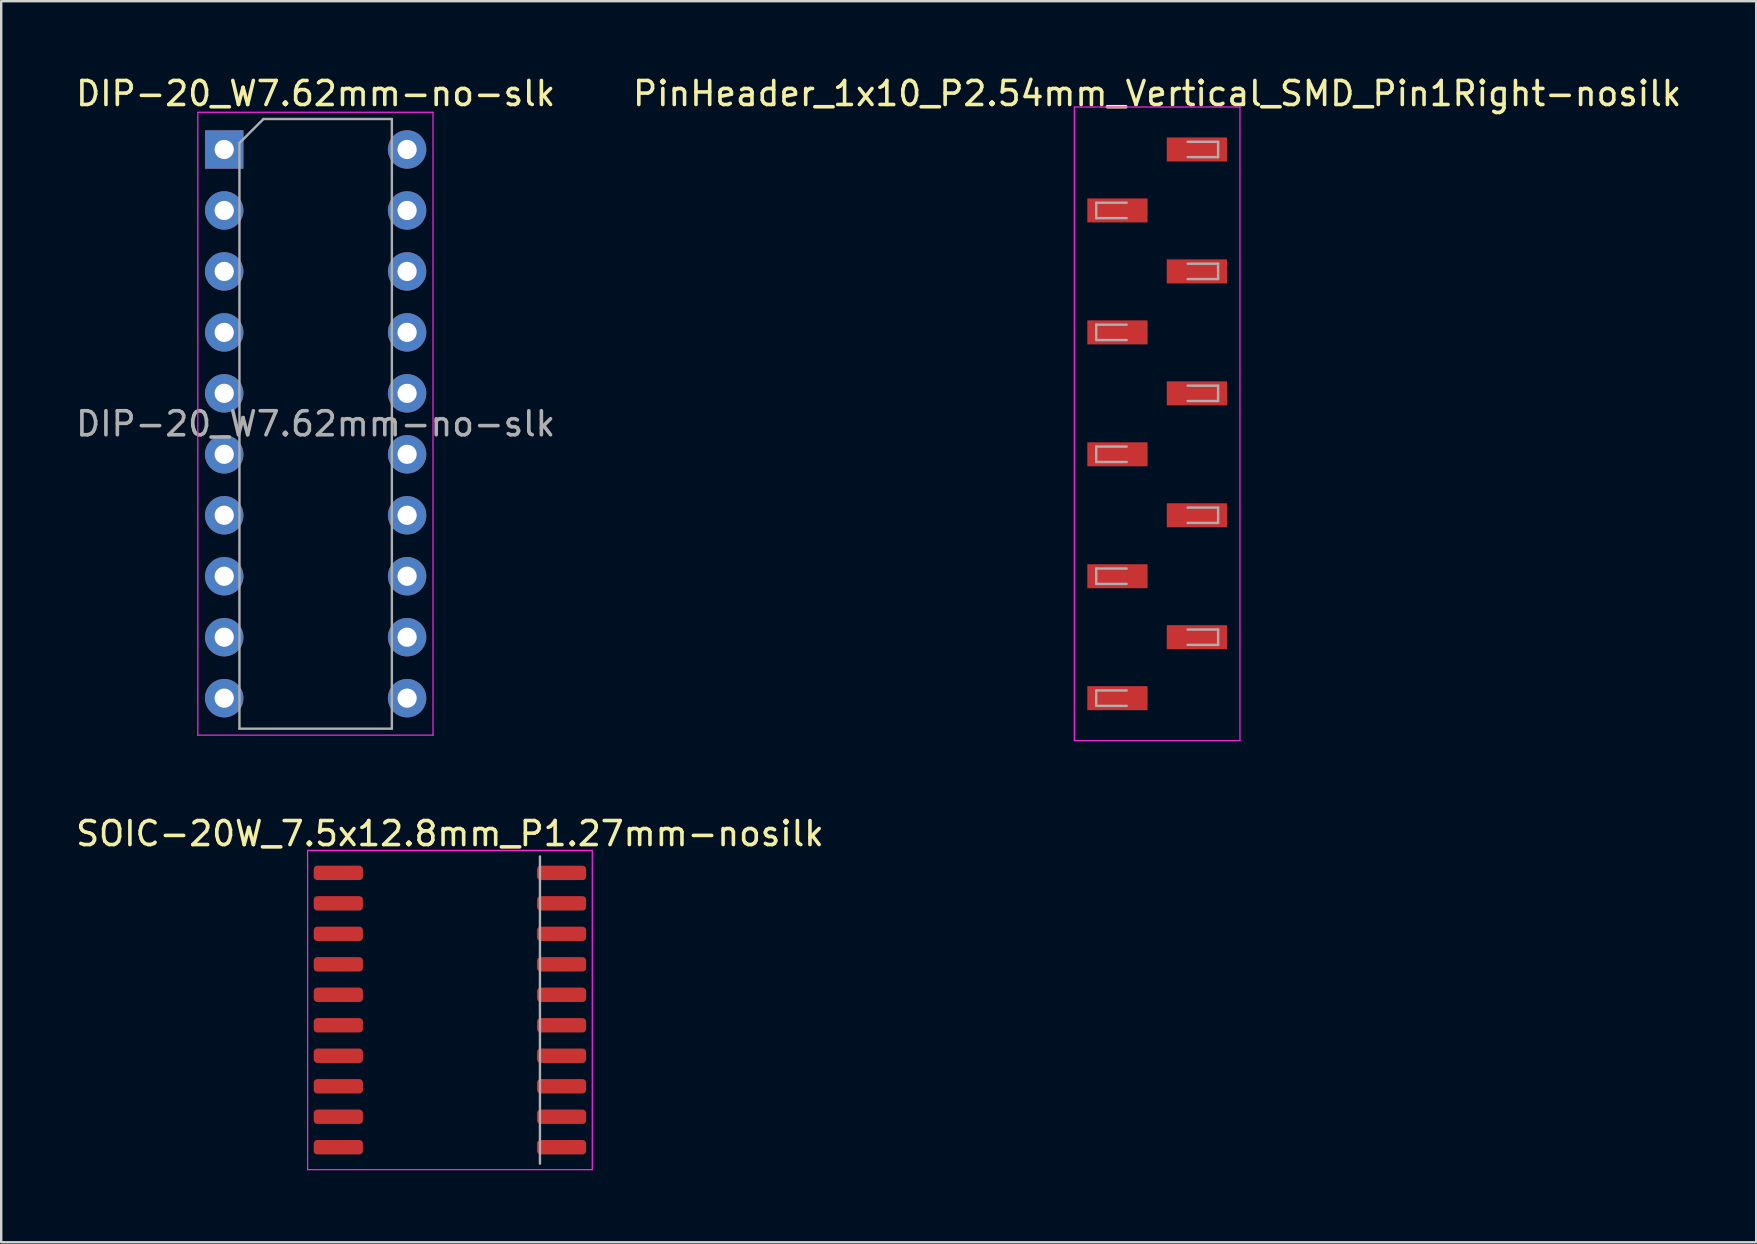
<source format=kicad_pcb>
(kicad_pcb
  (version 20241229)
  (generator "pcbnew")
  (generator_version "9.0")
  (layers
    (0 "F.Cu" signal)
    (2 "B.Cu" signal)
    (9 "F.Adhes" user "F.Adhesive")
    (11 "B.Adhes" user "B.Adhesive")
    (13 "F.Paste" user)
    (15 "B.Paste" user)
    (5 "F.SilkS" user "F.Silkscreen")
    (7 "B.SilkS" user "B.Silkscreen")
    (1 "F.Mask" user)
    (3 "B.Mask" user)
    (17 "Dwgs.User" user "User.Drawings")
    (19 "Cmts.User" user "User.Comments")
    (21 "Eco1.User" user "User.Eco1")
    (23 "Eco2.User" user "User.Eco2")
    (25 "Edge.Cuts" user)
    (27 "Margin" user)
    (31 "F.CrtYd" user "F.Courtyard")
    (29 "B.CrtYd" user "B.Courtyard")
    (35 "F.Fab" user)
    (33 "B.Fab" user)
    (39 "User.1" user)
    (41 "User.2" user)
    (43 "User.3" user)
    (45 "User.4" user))
  (footprint "DIP-20_W7.62mm-no-slk"
    (layer "F.Cu")
    (at 6.291 3.178)
    (property "Reference" "DIP-20_W7.62mm-no-slk" (at 3.81 -2.33 0) (layer "F.SilkS") (effects (font (size 1 1) (thickness 0.15))))
    (attr through_hole)
    (fp_line (start -1.1 -1.55) (end -1.1 24.4) (stroke (width 0.05) (type solid)) (layer "F.CrtYd"))
    (fp_line (start -1.1 24.4) (end 8.7 24.4) (stroke (width 0.05) (type solid)) (layer "F.CrtYd"))
    (fp_line (start 8.7 -1.55) (end -1.1 -1.55) (stroke (width 0.05) (type solid)) (layer "F.CrtYd"))
    (fp_line (start 8.7 24.4) (end 8.7 -1.55) (stroke (width 0.05) (type solid)) (layer "F.CrtYd"))
    (fp_line (start 0.635 -0.27) (end 1.635 -1.27) (stroke (width 0.1) (type solid)) (layer "F.Fab"))
    (fp_line (start 0.635 24.13) (end 0.635 -0.27) (stroke (width 0.1) (type solid)) (layer "F.Fab"))
    (fp_line (start 1.635 -1.27) (end 6.985 -1.27) (stroke (width 0.1) (type solid)) (layer "F.Fab"))
    (fp_line (start 6.985 -1.27) (end 6.985 24.13) (stroke (width 0.1) (type solid)) (layer "F.Fab"))
    (fp_line (start 6.985 24.13) (end 0.635 24.13) (stroke (width 0.1) (type solid)) (layer "F.Fab"))
    (fp_text user "${REFERENCE}" (at 3.81 11.43 0) (layer "F.Fab") (effects (font (size 1 1) (thickness 0.15))))
    (pad "1" thru_hole rect (at 0 0) (size 1.6 1.6) (drill 0.8) (layers "*.Cu" "*.Mask"))
    (pad "2" thru_hole oval (at 0 2.54) (size 1.6 1.6) (drill 0.8) (layers "*.Cu" "*.Mask"))
    (pad "3" thru_hole oval (at 0 5.08) (size 1.6 1.6) (drill 0.8) (layers "*.Cu" "*.Mask"))
    (pad "4" thru_hole oval (at 0 7.62) (size 1.6 1.6) (drill 0.8) (layers "*.Cu" "*.Mask"))
    (pad "5" thru_hole oval (at 0 10.16) (size 1.6 1.6) (drill 0.8) (layers "*.Cu" "*.Mask"))
    (pad "6" thru_hole oval (at 0 12.7) (size 1.6 1.6) (drill 0.8) (layers "*.Cu" "*.Mask"))
    (pad "7" thru_hole oval (at 0 15.24) (size 1.6 1.6) (drill 0.8) (layers "*.Cu" "*.Mask"))
    (pad "8" thru_hole oval (at 0 17.78) (size 1.6 1.6) (drill 0.8) (layers "*.Cu" "*.Mask"))
    (pad "9" thru_hole oval (at 0 20.32) (size 1.6 1.6) (drill 0.8) (layers "*.Cu" "*.Mask"))
    (pad "10" thru_hole oval (at 0 22.86) (size 1.6 1.6) (drill 0.8) (layers "*.Cu" "*.Mask"))
    (pad "11" thru_hole oval (at 7.62 22.86) (size 1.6 1.6) (drill 0.8) (layers "*.Cu" "*.Mask"))
    (pad "12" thru_hole oval (at 7.62 20.32) (size 1.6 1.6) (drill 0.8) (layers "*.Cu" "*.Mask"))
    (pad "13" thru_hole oval (at 7.62 17.78) (size 1.6 1.6) (drill 0.8) (layers "*.Cu" "*.Mask"))
    (pad "14" thru_hole oval (at 7.62 15.24) (size 1.6 1.6) (drill 0.8) (layers "*.Cu" "*.Mask"))
    (pad "15" thru_hole oval (at 7.62 12.7) (size 1.6 1.6) (drill 0.8) (layers "*.Cu" "*.Mask"))
    (pad "16" thru_hole oval (at 7.62 10.16) (size 1.6 1.6) (drill 0.8) (layers "*.Cu" "*.Mask"))
    (pad "17" thru_hole oval (at 7.62 7.62) (size 1.6 1.6) (drill 0.8) (layers "*.Cu" "*.Mask"))
    (pad "18" thru_hole oval (at 7.62 5.08) (size 1.6 1.6) (drill 0.8) (layers "*.Cu" "*.Mask"))
    (pad "19" thru_hole oval (at 7.62 2.54) (size 1.6 1.6) (drill 0.8) (layers "*.Cu" "*.Mask"))
    (pad "20" thru_hole oval (at 7.62 0) (size 1.6 1.6) (drill 0.8) (layers "*.Cu" "*.Mask")))
  (footprint "SOIC-20W_7.5x12.8mm_P1.27mm-nosilk"
    (layer "F.Cu")
    (at 15.696 39.032)
    (property "Reference" "SOIC-20W_7.5x12.8mm_P1.27mm-nosilk" (at 0 -7.35 0) (layer "F.SilkS") (effects (font (size 1 1) (thickness 0.15))))
    (attr smd)
    (fp_line (start -5.93 -6.65) (end -5.93 6.65) (stroke (width 0.05) (type solid)) (layer "F.CrtYd"))
    (fp_line (start -5.93 6.65) (end 5.93 6.65) (stroke (width 0.05) (type solid)) (layer "F.CrtYd"))
    (fp_line (start 5.93 -6.65) (end -5.93 -6.65) (stroke (width 0.05) (type solid)) (layer "F.CrtYd"))
    (fp_line (start 5.93 6.65) (end 5.93 -6.65) (stroke (width 0.05) (type solid)) (layer "F.CrtYd"))
    (fp_line (start 3.75 -6.4) (end 3.75 6.4) (stroke (width 0.1) (type solid)) (layer "F.Fab"))
    (pad "1" smd roundrect (at -4.65 -5.715) (size 2.05 0.6) (layers "F.Cu" "F.Mask" "F.Paste") (roundrect_rratio 0.25))
    (pad "2" smd roundrect (at -4.65 -4.445) (size 2.05 0.6) (layers "F.Cu" "F.Mask" "F.Paste") (roundrect_rratio 0.25))
    (pad "3" smd roundrect (at -4.65 -3.175) (size 2.05 0.6) (layers "F.Cu" "F.Mask" "F.Paste") (roundrect_rratio 0.25))
    (pad "4" smd roundrect (at -4.65 -1.905) (size 2.05 0.6) (layers "F.Cu" "F.Mask" "F.Paste") (roundrect_rratio 0.25))
    (pad "5" smd roundrect (at -4.65 -0.635) (size 2.05 0.6) (layers "F.Cu" "F.Mask" "F.Paste") (roundrect_rratio 0.25))
    (pad "6" smd roundrect (at -4.65 0.635) (size 2.05 0.6) (layers "F.Cu" "F.Mask" "F.Paste") (roundrect_rratio 0.25))
    (pad "7" smd roundrect (at -4.65 1.905) (size 2.05 0.6) (layers "F.Cu" "F.Mask" "F.Paste") (roundrect_rratio 0.25))
    (pad "8" smd roundrect (at -4.65 3.175) (size 2.05 0.6) (layers "F.Cu" "F.Mask" "F.Paste") (roundrect_rratio 0.25))
    (pad "9" smd roundrect (at -4.65 4.445) (size 2.05 0.6) (layers "F.Cu" "F.Mask" "F.Paste") (roundrect_rratio 0.25))
    (pad "10" smd roundrect (at -4.65 5.715) (size 2.05 0.6) (layers "F.Cu" "F.Mask" "F.Paste") (roundrect_rratio 0.25))
    (pad "11" smd roundrect (at 4.65 5.715) (size 2.05 0.6) (layers "F.Cu" "F.Mask" "F.Paste") (roundrect_rratio 0.25))
    (pad "12" smd roundrect (at 4.65 4.445) (size 2.05 0.6) (layers "F.Cu" "F.Mask" "F.Paste") (roundrect_rratio 0.25))
    (pad "13" smd roundrect (at 4.65 3.175) (size 2.05 0.6) (layers "F.Cu" "F.Mask" "F.Paste") (roundrect_rratio 0.25))
    (pad "14" smd roundrect (at 4.65 1.905) (size 2.05 0.6) (layers "F.Cu" "F.Mask" "F.Paste") (roundrect_rratio 0.25))
    (pad "15" smd roundrect (at 4.65 0.635) (size 2.05 0.6) (layers "F.Cu" "F.Mask" "F.Paste") (roundrect_rratio 0.25))
    (pad "16" smd roundrect (at 4.65 -0.635) (size 2.05 0.6) (layers "F.Cu" "F.Mask" "F.Paste") (roundrect_rratio 0.25))
    (pad "17" smd roundrect (at 4.65 -1.905) (size 2.05 0.6) (layers "F.Cu" "F.Mask" "F.Paste") (roundrect_rratio 0.25))
    (pad "18" smd roundrect (at 4.65 -3.175) (size 2.05 0.6) (layers "F.Cu" "F.Mask" "F.Paste") (roundrect_rratio 0.25))
    (pad "19" smd roundrect (at 4.65 -4.445) (size 2.05 0.6) (layers "F.Cu" "F.Mask" "F.Paste") (roundrect_rratio 0.25))
    (pad "20" smd roundrect (at 4.65 -5.715) (size 2.05 0.6) (layers "F.Cu" "F.Mask" "F.Paste") (roundrect_rratio 0.25)))
  (footprint "PinHeader_1x10_P2.54mm_Vertical_SMD_Pin1Right-nosilk"
    (layer "F.Cu")
    (at 45.161 14.608)
    (property "Reference" "PinHeader_1x10_P2.54mm_Vertical_SMD_Pin1Right-nosilk" (at 0 -13.76 0) (layer "F.SilkS") (effects (font (size 1 1) (thickness 0.15))))
    (attr smd)
    (fp_line (start -3.45 -13.2) (end -3.45 13.2) (stroke (width 0.05) (type solid)) (layer "F.CrtYd"))
    (fp_line (start -3.45 13.2) (end 3.45 13.2) (stroke (width 0.05) (type solid)) (layer "F.CrtYd"))
    (fp_line (start 3.45 -13.2) (end -3.45 -13.2) (stroke (width 0.05) (type solid)) (layer "F.CrtYd"))
    (fp_line (start 3.45 13.2) (end 3.45 -13.2) (stroke (width 0.05) (type solid)) (layer "F.CrtYd"))
    (fp_line (start -2.54 -9.21) (end -2.54 -8.57) (stroke (width 0.1) (type solid)) (layer "F.Fab"))
    (fp_line (start -2.54 -8.57) (end -1.27 -8.57) (stroke (width 0.1) (type solid)) (layer "F.Fab"))
    (fp_line (start -2.54 -4.13) (end -2.54 -3.49) (stroke (width 0.1) (type solid)) (layer "F.Fab"))
    (fp_line (start -2.54 -3.49) (end -1.27 -3.49) (stroke (width 0.1) (type solid)) (layer "F.Fab"))
    (fp_line (start -2.54 0.95) (end -2.54 1.59) (stroke (width 0.1) (type solid)) (layer "F.Fab"))
    (fp_line (start -2.54 1.59) (end -1.27 1.59) (stroke (width 0.1) (type solid)) (layer "F.Fab"))
    (fp_line (start -2.54 6.03) (end -2.54 6.67) (stroke (width 0.1) (type solid)) (layer "F.Fab"))
    (fp_line (start -2.54 6.67) (end -1.27 6.67) (stroke (width 0.1) (type solid)) (layer "F.Fab"))
    (fp_line (start -2.54 11.11) (end -2.54 11.75) (stroke (width 0.1) (type solid)) (layer "F.Fab"))
    (fp_line (start -2.54 11.75) (end -1.27 11.75) (stroke (width 0.1) (type solid)) (layer "F.Fab"))
    (fp_line (start -1.27 -9.21) (end -2.54 -9.21) (stroke (width 0.1) (type solid)) (layer "F.Fab"))
    (fp_line (start -1.27 -4.13) (end -2.54 -4.13) (stroke (width 0.1) (type solid)) (layer "F.Fab"))
    (fp_line (start -1.27 0.95) (end -2.54 0.95) (stroke (width 0.1) (type solid)) (layer "F.Fab"))
    (fp_line (start -1.27 6.03) (end -2.54 6.03) (stroke (width 0.1) (type solid)) (layer "F.Fab"))
    (fp_line (start -1.27 11.11) (end -2.54 11.11) (stroke (width 0.1) (type solid)) (layer "F.Fab"))
    (fp_line (start 1.27 -11.75) (end 2.54 -11.75) (stroke (width 0.1) (type solid)) (layer "F.Fab"))
    (fp_line (start 1.27 -6.67) (end 2.54 -6.67) (stroke (width 0.1) (type solid)) (layer "F.Fab"))
    (fp_line (start 1.27 -1.59) (end 2.54 -1.59) (stroke (width 0.1) (type solid)) (layer "F.Fab"))
    (fp_line (start 1.27 3.49) (end 2.54 3.49) (stroke (width 0.1) (type solid)) (layer "F.Fab"))
    (fp_line (start 1.27 8.57) (end 2.54 8.57) (stroke (width 0.1) (type solid)) (layer "F.Fab"))
    (fp_line (start 2.54 -11.75) (end 2.54 -11.11) (stroke (width 0.1) (type solid)) (layer "F.Fab"))
    (fp_line (start 2.54 -11.11) (end 1.27 -11.11) (stroke (width 0.1) (type solid)) (layer "F.Fab"))
    (fp_line (start 2.54 -6.67) (end 2.54 -6.03) (stroke (width 0.1) (type solid)) (layer "F.Fab"))
    (fp_line (start 2.54 -6.03) (end 1.27 -6.03) (stroke (width 0.1) (type solid)) (layer "F.Fab"))
    (fp_line (start 2.54 -1.59) (end 2.54 -0.95) (stroke (width 0.1) (type solid)) (layer "F.Fab"))
    (fp_line (start 2.54 -0.95) (end 1.27 -0.95) (stroke (width 0.1) (type solid)) (layer "F.Fab"))
    (fp_line (start 2.54 3.49) (end 2.54 4.13) (stroke (width 0.1) (type solid)) (layer "F.Fab"))
    (fp_line (start 2.54 4.13) (end 1.27 4.13) (stroke (width 0.1) (type solid)) (layer "F.Fab"))
    (fp_line (start 2.54 8.57) (end 2.54 9.21) (stroke (width 0.1) (type solid)) (layer "F.Fab"))
    (fp_line (start 2.54 9.21) (end 1.27 9.21) (stroke (width 0.1) (type solid)) (layer "F.Fab"))
    (pad "1" smd rect (at 1.655 -11.43) (size 2.51 1) (layers "F.Cu" "F.Mask" "F.Paste"))
    (pad "2" smd rect (at -1.655 -8.89) (size 2.51 1) (layers "F.Cu" "F.Mask" "F.Paste"))
    (pad "3" smd rect (at 1.655 -6.35) (size 2.51 1) (layers "F.Cu" "F.Mask" "F.Paste"))
    (pad "4" smd rect (at -1.655 -3.81) (size 2.51 1) (layers "F.Cu" "F.Mask" "F.Paste"))
    (pad "5" smd rect (at 1.655 -1.27) (size 2.51 1) (layers "F.Cu" "F.Mask" "F.Paste"))
    (pad "6" smd rect (at -1.655 1.27) (size 2.51 1) (layers "F.Cu" "F.Mask" "F.Paste"))
    (pad "7" smd rect (at 1.655 3.81) (size 2.51 1) (layers "F.Cu" "F.Mask" "F.Paste"))
    (pad "8" smd rect (at -1.655 6.35) (size 2.51 1) (layers "F.Cu" "F.Mask" "F.Paste"))
    (pad "9" smd rect (at 1.655 8.89) (size 2.51 1) (layers "F.Cu" "F.Mask" "F.Paste"))
    (pad "10" smd rect (at -1.655 11.43) (size 2.51 1) (layers "F.Cu" "F.Mask" "F.Paste")))
  (gr_rect
    (start -3 -3)
    (end 70.119 48.706)
    (stroke (width 0.1) (type default))
    (fill no)
    (layer "Edge.Cuts")))
</source>
